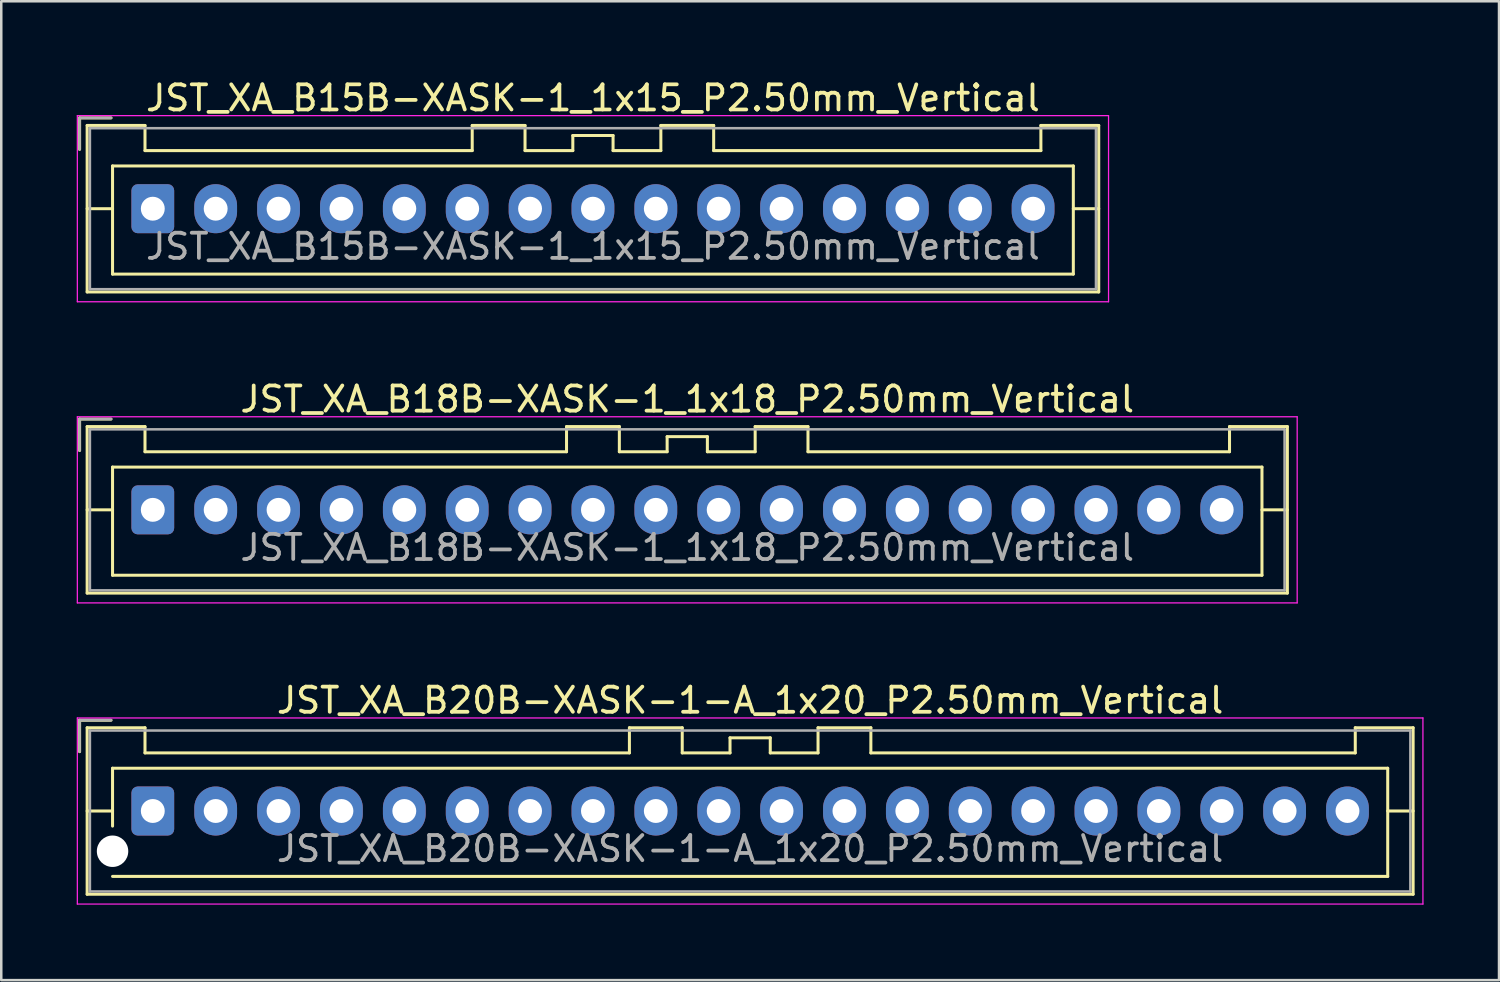
<source format=kicad_pcb>
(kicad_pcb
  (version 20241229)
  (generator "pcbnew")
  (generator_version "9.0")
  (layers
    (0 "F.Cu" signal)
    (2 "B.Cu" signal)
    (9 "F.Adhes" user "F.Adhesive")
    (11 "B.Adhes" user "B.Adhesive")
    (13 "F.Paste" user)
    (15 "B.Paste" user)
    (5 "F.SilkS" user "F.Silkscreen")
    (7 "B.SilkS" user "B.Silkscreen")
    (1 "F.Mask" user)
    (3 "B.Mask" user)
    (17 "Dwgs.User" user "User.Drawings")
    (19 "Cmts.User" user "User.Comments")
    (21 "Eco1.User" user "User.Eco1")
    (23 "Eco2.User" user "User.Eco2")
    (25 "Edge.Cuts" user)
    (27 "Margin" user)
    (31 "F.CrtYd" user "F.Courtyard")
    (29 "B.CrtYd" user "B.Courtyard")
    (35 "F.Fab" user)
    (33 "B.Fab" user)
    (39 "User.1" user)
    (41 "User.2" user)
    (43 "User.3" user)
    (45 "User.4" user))
  (footprint "JST_XA_B15B-XASK-1_1x15_P2.50mm_Vertical"
    (layer "F.Cu")
    (at 3.025 5.248)
    (property "Reference" "JST_XA_B15B-XASK-1_1x15_P2.50mm_Vertical" (at 17.5 -4.4 0) (layer "F.SilkS") (effects (font (size 1 1) (thickness 0.15))))
    (attr through_hole)
    (fp_line (start -2.91 -3.61) (end -2.91 -2.36) (stroke (width 0.12) (type solid)) (layer "F.SilkS"))
    (fp_line (start -2.61 -3.31) (end -2.61 3.31) (stroke (width 0.12) (type solid)) (layer "F.SilkS"))
    (fp_line (start -2.61 0) (end -1.6 0) (stroke (width 0.12) (type solid)) (layer "F.SilkS"))
    (fp_line (start -2.61 3.31) (end 37.61 3.31) (stroke (width 0.12) (type solid)) (layer "F.SilkS"))
    (fp_line (start -1.66 -3.61) (end -2.91 -3.61) (stroke (width 0.12) (type solid)) (layer "F.SilkS"))
    (fp_line (start -1.6 -1.7) (end -1.6 2.6) (stroke (width 0.12) (type solid)) (layer "F.SilkS"))
    (fp_line (start -1.6 2.6) (end 36.6 2.6) (stroke (width 0.12) (type solid)) (layer "F.SilkS"))
    (fp_line (start -0.31 -3.31) (end -2.61 -3.31) (stroke (width 0.12) (type solid)) (layer "F.SilkS"))
    (fp_line (start -0.31 -2.31) (end -0.31 -3.31) (stroke (width 0.12) (type solid)) (layer "F.SilkS"))
    (fp_line (start 12.7 -3.31) (end 12.7 -2.31) (stroke (width 0.12) (type solid)) (layer "F.SilkS"))
    (fp_line (start 12.7 -2.31) (end -0.31 -2.31) (stroke (width 0.12) (type solid)) (layer "F.SilkS"))
    (fp_line (start 14.8 -3.31) (end 12.7 -3.31) (stroke (width 0.12) (type solid)) (layer "F.SilkS"))
    (fp_line (start 14.8 -2.31) (end 14.8 -3.31) (stroke (width 0.12) (type solid)) (layer "F.SilkS"))
    (fp_line (start 16.7 -2.91) (end 16.7 -2.31) (stroke (width 0.12) (type solid)) (layer "F.SilkS"))
    (fp_line (start 16.7 -2.31) (end 14.8 -2.31) (stroke (width 0.12) (type solid)) (layer "F.SilkS"))
    (fp_line (start 18.3 -2.91) (end 16.7 -2.91) (stroke (width 0.12) (type solid)) (layer "F.SilkS"))
    (fp_line (start 18.3 -2.31) (end 18.3 -2.91) (stroke (width 0.12) (type solid)) (layer "F.SilkS"))
    (fp_line (start 20.2 -3.31) (end 20.2 -2.31) (stroke (width 0.12) (type solid)) (layer "F.SilkS"))
    (fp_line (start 20.2 -2.31) (end 18.3 -2.31) (stroke (width 0.12) (type solid)) (layer "F.SilkS"))
    (fp_line (start 22.3 -3.31) (end 20.2 -3.31) (stroke (width 0.12) (type solid)) (layer "F.SilkS"))
    (fp_line (start 22.3 -2.31) (end 22.3 -3.31) (stroke (width 0.12) (type solid)) (layer "F.SilkS"))
    (fp_line (start 35.31 -3.31) (end 35.31 -2.31) (stroke (width 0.12) (type solid)) (layer "F.SilkS"))
    (fp_line (start 35.31 -2.31) (end 22.3 -2.31) (stroke (width 0.12) (type solid)) (layer "F.SilkS"))
    (fp_line (start 36.6 -1.7) (end -1.6 -1.7) (stroke (width 0.12) (type solid)) (layer "F.SilkS"))
    (fp_line (start 36.6 2.6) (end 36.6 -1.7) (stroke (width 0.12) (type solid)) (layer "F.SilkS"))
    (fp_line (start 37.61 -3.31) (end 35.31 -3.31) (stroke (width 0.12) (type solid)) (layer "F.SilkS"))
    (fp_line (start 37.61 0) (end 36.6 0) (stroke (width 0.12) (type solid)) (layer "F.SilkS"))
    (fp_line (start 37.61 3.31) (end 37.61 -3.31) (stroke (width 0.12) (type solid)) (layer "F.SilkS"))
    (fp_line (start -3 -3.7) (end -3 3.7) (stroke (width 0.05) (type solid)) (layer "F.CrtYd"))
    (fp_line (start -3 3.7) (end 38 3.7) (stroke (width 0.05) (type solid)) (layer "F.CrtYd"))
    (fp_line (start 38 -3.7) (end -3 -3.7) (stroke (width 0.05) (type solid)) (layer "F.CrtYd"))
    (fp_line (start 38 3.7) (end 38 -3.7) (stroke (width 0.05) (type solid)) (layer "F.CrtYd"))
    (fp_line (start -2.91 -3.61) (end -2.91 -2.36) (stroke (width 0.1) (type solid)) (layer "F.Fab"))
    (fp_line (start -2.5 -3.2) (end -2.5 3.2) (stroke (width 0.1) (type solid)) (layer "F.Fab"))
    (fp_line (start -2.5 3.2) (end 37.5 3.2) (stroke (width 0.1) (type solid)) (layer "F.Fab"))
    (fp_line (start -1.66 -3.61) (end -2.91 -3.61) (stroke (width 0.1) (type solid)) (layer "F.Fab"))
    (fp_line (start 37.5 -3.2) (end -2.5 -3.2) (stroke (width 0.1) (type solid)) (layer "F.Fab"))
    (fp_line (start 37.5 3.2) (end 37.5 -3.2) (stroke (width 0.1) (type solid)) (layer "F.Fab"))
    (fp_text user "${REFERENCE}" (at 17.5 1.5 0) (layer "F.Fab") (effects (font (size 1 1) (thickness 0.15))))
    (pad "1" thru_hole roundrect (at 0 0) (size 1.7 1.95) (drill 0.95) (layers "*.Cu" "*.Mask") (roundrect_rratio 0.147))
    (pad "2" thru_hole oval (at 2.5 0) (size 1.7 1.95) (drill 0.95) (layers "*.Cu" "*.Mask"))
    (pad "3" thru_hole oval (at 5 0) (size 1.7 1.95) (drill 0.95) (layers "*.Cu" "*.Mask"))
    (pad "4" thru_hole oval (at 7.5 0) (size 1.7 1.95) (drill 0.95) (layers "*.Cu" "*.Mask"))
    (pad "5" thru_hole oval (at 10 0) (size 1.7 1.95) (drill 0.95) (layers "*.Cu" "*.Mask"))
    (pad "6" thru_hole oval (at 12.5 0) (size 1.7 1.95) (drill 0.95) (layers "*.Cu" "*.Mask"))
    (pad "7" thru_hole oval (at 15 0) (size 1.7 1.95) (drill 0.95) (layers "*.Cu" "*.Mask"))
    (pad "8" thru_hole oval (at 17.5 0) (size 1.7 1.95) (drill 0.95) (layers "*.Cu" "*.Mask"))
    (pad "9" thru_hole oval (at 20 0) (size 1.7 1.95) (drill 0.95) (layers "*.Cu" "*.Mask"))
    (pad "10" thru_hole oval (at 22.5 0) (size 1.7 1.95) (drill 0.95) (layers "*.Cu" "*.Mask"))
    (pad "11" thru_hole oval (at 25 0) (size 1.7 1.95) (drill 0.95) (layers "*.Cu" "*.Mask"))
    (pad "12" thru_hole oval (at 27.5 0) (size 1.7 1.95) (drill 0.95) (layers "*.Cu" "*.Mask"))
    (pad "13" thru_hole oval (at 30 0) (size 1.7 1.95) (drill 0.95) (layers "*.Cu" "*.Mask"))
    (pad "14" thru_hole oval (at 32.5 0) (size 1.7 1.95) (drill 0.95) (layers "*.Cu" "*.Mask"))
    (pad "15" thru_hole oval (at 35 0) (size 1.7 1.95) (drill 0.95) (layers "*.Cu" "*.Mask")))
  (footprint "JST_XA_B20B-XASK-1-A_1x20_P2.50mm_Vertical"
    (layer "F.Cu")
    (at 3.025 29.195)
    (property "Reference" "JST_XA_B20B-XASK-1-A_1x20_P2.50mm_Vertical" (at 23.75 -4.4 0) (layer "F.SilkS") (effects (font (size 1 1) (thickness 0.15))))
    (attr through_hole)
    (fp_line (start -2.91 -3.61) (end -2.91 -2.36) (stroke (width 0.12) (type solid)) (layer "F.SilkS"))
    (fp_line (start -2.61 -3.31) (end -2.61 3.31) (stroke (width 0.12) (type solid)) (layer "F.SilkS"))
    (fp_line (start -2.61 0) (end -1.6 0) (stroke (width 0.12) (type solid)) (layer "F.SilkS"))
    (fp_line (start -2.61 3.31) (end 50.11 3.31) (stroke (width 0.12) (type solid)) (layer "F.SilkS"))
    (fp_line (start -1.66 -3.61) (end -2.91 -3.61) (stroke (width 0.12) (type solid)) (layer "F.SilkS"))
    (fp_line (start -1.6 -1.7) (end 49.1 -1.7) (stroke (width 0.12) (type solid)) (layer "F.SilkS"))
    (fp_line (start -1.6 0.6) (end -1.6 -1.7) (stroke (width 0.12) (type solid)) (layer "F.SilkS"))
    (fp_line (start -0.31 -3.31) (end -2.61 -3.31) (stroke (width 0.12) (type solid)) (layer "F.SilkS"))
    (fp_line (start -0.31 -2.31) (end -0.31 -3.31) (stroke (width 0.12) (type solid)) (layer "F.SilkS"))
    (fp_line (start 18.95 -3.31) (end 18.95 -2.31) (stroke (width 0.12) (type solid)) (layer "F.SilkS"))
    (fp_line (start 18.95 -2.31) (end -0.31 -2.31) (stroke (width 0.12) (type solid)) (layer "F.SilkS"))
    (fp_line (start 21.05 -3.31) (end 18.95 -3.31) (stroke (width 0.12) (type solid)) (layer "F.SilkS"))
    (fp_line (start 21.05 -2.31) (end 21.05 -3.31) (stroke (width 0.12) (type solid)) (layer "F.SilkS"))
    (fp_line (start 22.95 -2.91) (end 22.95 -2.31) (stroke (width 0.12) (type solid)) (layer "F.SilkS"))
    (fp_line (start 22.95 -2.31) (end 21.05 -2.31) (stroke (width 0.12) (type solid)) (layer "F.SilkS"))
    (fp_line (start 24.55 -2.91) (end 22.95 -2.91) (stroke (width 0.12) (type solid)) (layer "F.SilkS"))
    (fp_line (start 24.55 -2.31) (end 24.55 -2.91) (stroke (width 0.12) (type solid)) (layer "F.SilkS"))
    (fp_line (start 26.45 -3.31) (end 26.45 -2.31) (stroke (width 0.12) (type solid)) (layer "F.SilkS"))
    (fp_line (start 26.45 -2.31) (end 24.55 -2.31) (stroke (width 0.12) (type solid)) (layer "F.SilkS"))
    (fp_line (start 28.55 -3.31) (end 26.45 -3.31) (stroke (width 0.12) (type solid)) (layer "F.SilkS"))
    (fp_line (start 28.55 -2.31) (end 28.55 -3.31) (stroke (width 0.12) (type solid)) (layer "F.SilkS"))
    (fp_line (start 47.81 -3.31) (end 47.81 -2.31) (stroke (width 0.12) (type solid)) (layer "F.SilkS"))
    (fp_line (start 47.81 -2.31) (end 28.55 -2.31) (stroke (width 0.12) (type solid)) (layer "F.SilkS"))
    (fp_line (start 49.1 -1.7) (end 49.1 2.6) (stroke (width 0.12) (type solid)) (layer "F.SilkS"))
    (fp_line (start 49.1 2.6) (end -1.6 2.6) (stroke (width 0.12) (type solid)) (layer "F.SilkS"))
    (fp_line (start 50.11 -3.31) (end 47.81 -3.31) (stroke (width 0.12) (type solid)) (layer "F.SilkS"))
    (fp_line (start 50.11 0) (end 49.1 0) (stroke (width 0.12) (type solid)) (layer "F.SilkS"))
    (fp_line (start 50.11 3.31) (end 50.11 -3.31) (stroke (width 0.12) (type solid)) (layer "F.SilkS"))
    (fp_line (start -3 -3.7) (end -3 3.7) (stroke (width 0.05) (type solid)) (layer "F.CrtYd"))
    (fp_line (start -3 3.7) (end 50.5 3.7) (stroke (width 0.05) (type solid)) (layer "F.CrtYd"))
    (fp_line (start 50.5 -3.7) (end -3 -3.7) (stroke (width 0.05) (type solid)) (layer "F.CrtYd"))
    (fp_line (start 50.5 3.7) (end 50.5 -3.7) (stroke (width 0.05) (type solid)) (layer "F.CrtYd"))
    (fp_line (start -2.91 -3.61) (end -2.91 -2.36) (stroke (width 0.1) (type solid)) (layer "F.Fab"))
    (fp_line (start -2.5 -3.2) (end -2.5 3.2) (stroke (width 0.1) (type solid)) (layer "F.Fab"))
    (fp_line (start -2.5 3.2) (end 50 3.2) (stroke (width 0.1) (type solid)) (layer "F.Fab"))
    (fp_line (start -1.66 -3.61) (end -2.91 -3.61) (stroke (width 0.1) (type solid)) (layer "F.Fab"))
    (fp_line (start 50 -3.2) (end -2.5 -3.2) (stroke (width 0.1) (type solid)) (layer "F.Fab"))
    (fp_line (start 50 3.2) (end 50 -3.2) (stroke (width 0.1) (type solid)) (layer "F.Fab"))
    (fp_text user "${REFERENCE}" (at 23.75 1.5 0) (layer "F.Fab") (effects (font (size 1 1) (thickness 0.15))))
    (pad "" np_thru_hole circle (at -1.6 1.6) (size 1.25 1.25) (drill 1.25) (layers "*.Cu" "*.Mask"))
    (pad "1" thru_hole roundrect (at 0 0) (size 1.7 1.95) (drill 0.95) (layers "*.Cu" "*.Mask") (roundrect_rratio 0.147))
    (pad "2" thru_hole oval (at 2.5 0) (size 1.7 1.95) (drill 0.95) (layers "*.Cu" "*.Mask"))
    (pad "3" thru_hole oval (at 5 0) (size 1.7 1.95) (drill 0.95) (layers "*.Cu" "*.Mask"))
    (pad "4" thru_hole oval (at 7.5 0) (size 1.7 1.95) (drill 0.95) (layers "*.Cu" "*.Mask"))
    (pad "5" thru_hole oval (at 10 0) (size 1.7 1.95) (drill 0.95) (layers "*.Cu" "*.Mask"))
    (pad "6" thru_hole oval (at 12.5 0) (size 1.7 1.95) (drill 0.95) (layers "*.Cu" "*.Mask"))
    (pad "7" thru_hole oval (at 15 0) (size 1.7 1.95) (drill 0.95) (layers "*.Cu" "*.Mask"))
    (pad "8" thru_hole oval (at 17.5 0) (size 1.7 1.95) (drill 0.95) (layers "*.Cu" "*.Mask"))
    (pad "9" thru_hole oval (at 20 0) (size 1.7 1.95) (drill 0.95) (layers "*.Cu" "*.Mask"))
    (pad "10" thru_hole oval (at 22.5 0) (size 1.7 1.95) (drill 0.95) (layers "*.Cu" "*.Mask"))
    (pad "11" thru_hole oval (at 25 0) (size 1.7 1.95) (drill 0.95) (layers "*.Cu" "*.Mask"))
    (pad "12" thru_hole oval (at 27.5 0) (size 1.7 1.95) (drill 0.95) (layers "*.Cu" "*.Mask"))
    (pad "13" thru_hole oval (at 30 0) (size 1.7 1.95) (drill 0.95) (layers "*.Cu" "*.Mask"))
    (pad "14" thru_hole oval (at 32.5 0) (size 1.7 1.95) (drill 0.95) (layers "*.Cu" "*.Mask"))
    (pad "15" thru_hole oval (at 35 0) (size 1.7 1.95) (drill 0.95) (layers "*.Cu" "*.Mask"))
    (pad "16" thru_hole oval (at 37.5 0) (size 1.7 1.95) (drill 0.95) (layers "*.Cu" "*.Mask"))
    (pad "17" thru_hole oval (at 40 0) (size 1.7 1.95) (drill 0.95) (layers "*.Cu" "*.Mask"))
    (pad "18" thru_hole oval (at 42.5 0) (size 1.7 1.95) (drill 0.95) (layers "*.Cu" "*.Mask"))
    (pad "19" thru_hole oval (at 45 0) (size 1.7 1.95) (drill 0.95) (layers "*.Cu" "*.Mask"))
    (pad "20" thru_hole oval (at 47.5 0) (size 1.7 1.95) (drill 0.95) (layers "*.Cu" "*.Mask")))
  (footprint "JST_XA_B18B-XASK-1_1x18_P2.50mm_Vertical"
    (layer "F.Cu")
    (at 3.025 17.221)
    (property "Reference" "JST_XA_B18B-XASK-1_1x18_P2.50mm_Vertical" (at 21.25 -4.4 0) (layer "F.SilkS") (effects (font (size 1 1) (thickness 0.15))))
    (attr through_hole)
    (fp_line (start -2.91 -3.61) (end -2.91 -2.36) (stroke (width 0.12) (type solid)) (layer "F.SilkS"))
    (fp_line (start -2.61 -3.31) (end -2.61 3.31) (stroke (width 0.12) (type solid)) (layer "F.SilkS"))
    (fp_line (start -2.61 0) (end -1.6 0) (stroke (width 0.12) (type solid)) (layer "F.SilkS"))
    (fp_line (start -2.61 3.31) (end 45.11 3.31) (stroke (width 0.12) (type solid)) (layer "F.SilkS"))
    (fp_line (start -1.66 -3.61) (end -2.91 -3.61) (stroke (width 0.12) (type solid)) (layer "F.SilkS"))
    (fp_line (start -1.6 -1.7) (end -1.6 2.6) (stroke (width 0.12) (type solid)) (layer "F.SilkS"))
    (fp_line (start -1.6 2.6) (end 44.1 2.6) (stroke (width 0.12) (type solid)) (layer "F.SilkS"))
    (fp_line (start -0.31 -3.31) (end -2.61 -3.31) (stroke (width 0.12) (type solid)) (layer "F.SilkS"))
    (fp_line (start -0.31 -2.31) (end -0.31 -3.31) (stroke (width 0.12) (type solid)) (layer "F.SilkS"))
    (fp_line (start 16.45 -3.31) (end 16.45 -2.31) (stroke (width 0.12) (type solid)) (layer "F.SilkS"))
    (fp_line (start 16.45 -2.31) (end -0.31 -2.31) (stroke (width 0.12) (type solid)) (layer "F.SilkS"))
    (fp_line (start 18.55 -3.31) (end 16.45 -3.31) (stroke (width 0.12) (type solid)) (layer "F.SilkS"))
    (fp_line (start 18.55 -2.31) (end 18.55 -3.31) (stroke (width 0.12) (type solid)) (layer "F.SilkS"))
    (fp_line (start 20.45 -2.91) (end 20.45 -2.31) (stroke (width 0.12) (type solid)) (layer "F.SilkS"))
    (fp_line (start 20.45 -2.31) (end 18.55 -2.31) (stroke (width 0.12) (type solid)) (layer "F.SilkS"))
    (fp_line (start 22.05 -2.91) (end 20.45 -2.91) (stroke (width 0.12) (type solid)) (layer "F.SilkS"))
    (fp_line (start 22.05 -2.31) (end 22.05 -2.91) (stroke (width 0.12) (type solid)) (layer "F.SilkS"))
    (fp_line (start 23.95 -3.31) (end 23.95 -2.31) (stroke (width 0.12) (type solid)) (layer "F.SilkS"))
    (fp_line (start 23.95 -2.31) (end 22.05 -2.31) (stroke (width 0.12) (type solid)) (layer "F.SilkS"))
    (fp_line (start 26.05 -3.31) (end 23.95 -3.31) (stroke (width 0.12) (type solid)) (layer "F.SilkS"))
    (fp_line (start 26.05 -2.31) (end 26.05 -3.31) (stroke (width 0.12) (type solid)) (layer "F.SilkS"))
    (fp_line (start 42.81 -3.31) (end 42.81 -2.31) (stroke (width 0.12) (type solid)) (layer "F.SilkS"))
    (fp_line (start 42.81 -2.31) (end 26.05 -2.31) (stroke (width 0.12) (type solid)) (layer "F.SilkS"))
    (fp_line (start 44.1 -1.7) (end -1.6 -1.7) (stroke (width 0.12) (type solid)) (layer "F.SilkS"))
    (fp_line (start 44.1 2.6) (end 44.1 -1.7) (stroke (width 0.12) (type solid)) (layer "F.SilkS"))
    (fp_line (start 45.11 -3.31) (end 42.81 -3.31) (stroke (width 0.12) (type solid)) (layer "F.SilkS"))
    (fp_line (start 45.11 0) (end 44.1 0) (stroke (width 0.12) (type solid)) (layer "F.SilkS"))
    (fp_line (start 45.11 3.31) (end 45.11 -3.31) (stroke (width 0.12) (type solid)) (layer "F.SilkS"))
    (fp_line (start -3 -3.7) (end -3 3.7) (stroke (width 0.05) (type solid)) (layer "F.CrtYd"))
    (fp_line (start -3 3.7) (end 45.5 3.7) (stroke (width 0.05) (type solid)) (layer "F.CrtYd"))
    (fp_line (start 45.5 -3.7) (end -3 -3.7) (stroke (width 0.05) (type solid)) (layer "F.CrtYd"))
    (fp_line (start 45.5 3.7) (end 45.5 -3.7) (stroke (width 0.05) (type solid)) (layer "F.CrtYd"))
    (fp_line (start -2.91 -3.61) (end -2.91 -2.36) (stroke (width 0.1) (type solid)) (layer "F.Fab"))
    (fp_line (start -2.5 -3.2) (end -2.5 3.2) (stroke (width 0.1) (type solid)) (layer "F.Fab"))
    (fp_line (start -2.5 3.2) (end 45 3.2) (stroke (width 0.1) (type solid)) (layer "F.Fab"))
    (fp_line (start -1.66 -3.61) (end -2.91 -3.61) (stroke (width 0.1) (type solid)) (layer "F.Fab"))
    (fp_line (start 45 -3.2) (end -2.5 -3.2) (stroke (width 0.1) (type solid)) (layer "F.Fab"))
    (fp_line (start 45 3.2) (end 45 -3.2) (stroke (width 0.1) (type solid)) (layer "F.Fab"))
    (fp_text user "${REFERENCE}" (at 21.25 1.5 0) (layer "F.Fab") (effects (font (size 1 1) (thickness 0.15))))
    (pad "1" thru_hole roundrect (at 0 0) (size 1.7 1.95) (drill 0.95) (layers "*.Cu" "*.Mask") (roundrect_rratio 0.147))
    (pad "2" thru_hole oval (at 2.5 0) (size 1.7 1.95) (drill 0.95) (layers "*.Cu" "*.Mask"))
    (pad "3" thru_hole oval (at 5 0) (size 1.7 1.95) (drill 0.95) (layers "*.Cu" "*.Mask"))
    (pad "4" thru_hole oval (at 7.5 0) (size 1.7 1.95) (drill 0.95) (layers "*.Cu" "*.Mask"))
    (pad "5" thru_hole oval (at 10 0) (size 1.7 1.95) (drill 0.95) (layers "*.Cu" "*.Mask"))
    (pad "6" thru_hole oval (at 12.5 0) (size 1.7 1.95) (drill 0.95) (layers "*.Cu" "*.Mask"))
    (pad "7" thru_hole oval (at 15 0) (size 1.7 1.95) (drill 0.95) (layers "*.Cu" "*.Mask"))
    (pad "8" thru_hole oval (at 17.5 0) (size 1.7 1.95) (drill 0.95) (layers "*.Cu" "*.Mask"))
    (pad "9" thru_hole oval (at 20 0) (size 1.7 1.95) (drill 0.95) (layers "*.Cu" "*.Mask"))
    (pad "10" thru_hole oval (at 22.5 0) (size 1.7 1.95) (drill 0.95) (layers "*.Cu" "*.Mask"))
    (pad "11" thru_hole oval (at 25 0) (size 1.7 1.95) (drill 0.95) (layers "*.Cu" "*.Mask"))
    (pad "12" thru_hole oval (at 27.5 0) (size 1.7 1.95) (drill 0.95) (layers "*.Cu" "*.Mask"))
    (pad "13" thru_hole oval (at 30 0) (size 1.7 1.95) (drill 0.95) (layers "*.Cu" "*.Mask"))
    (pad "14" thru_hole oval (at 32.5 0) (size 1.7 1.95) (drill 0.95) (layers "*.Cu" "*.Mask"))
    (pad "15" thru_hole oval (at 35 0) (size 1.7 1.95) (drill 0.95) (layers "*.Cu" "*.Mask"))
    (pad "16" thru_hole oval (at 37.5 0) (size 1.7 1.95) (drill 0.95) (layers "*.Cu" "*.Mask"))
    (pad "17" thru_hole oval (at 40 0) (size 1.7 1.95) (drill 0.95) (layers "*.Cu" "*.Mask"))
    (pad "18" thru_hole oval (at 42.5 0) (size 1.7 1.95) (drill 0.95) (layers "*.Cu" "*.Mask")))
  (gr_rect
    (start -3 -3)
    (end 56.55 35.92)
    (stroke (width 0.1) (type default))
    (fill no)
    (layer "Edge.Cuts")))
</source>
